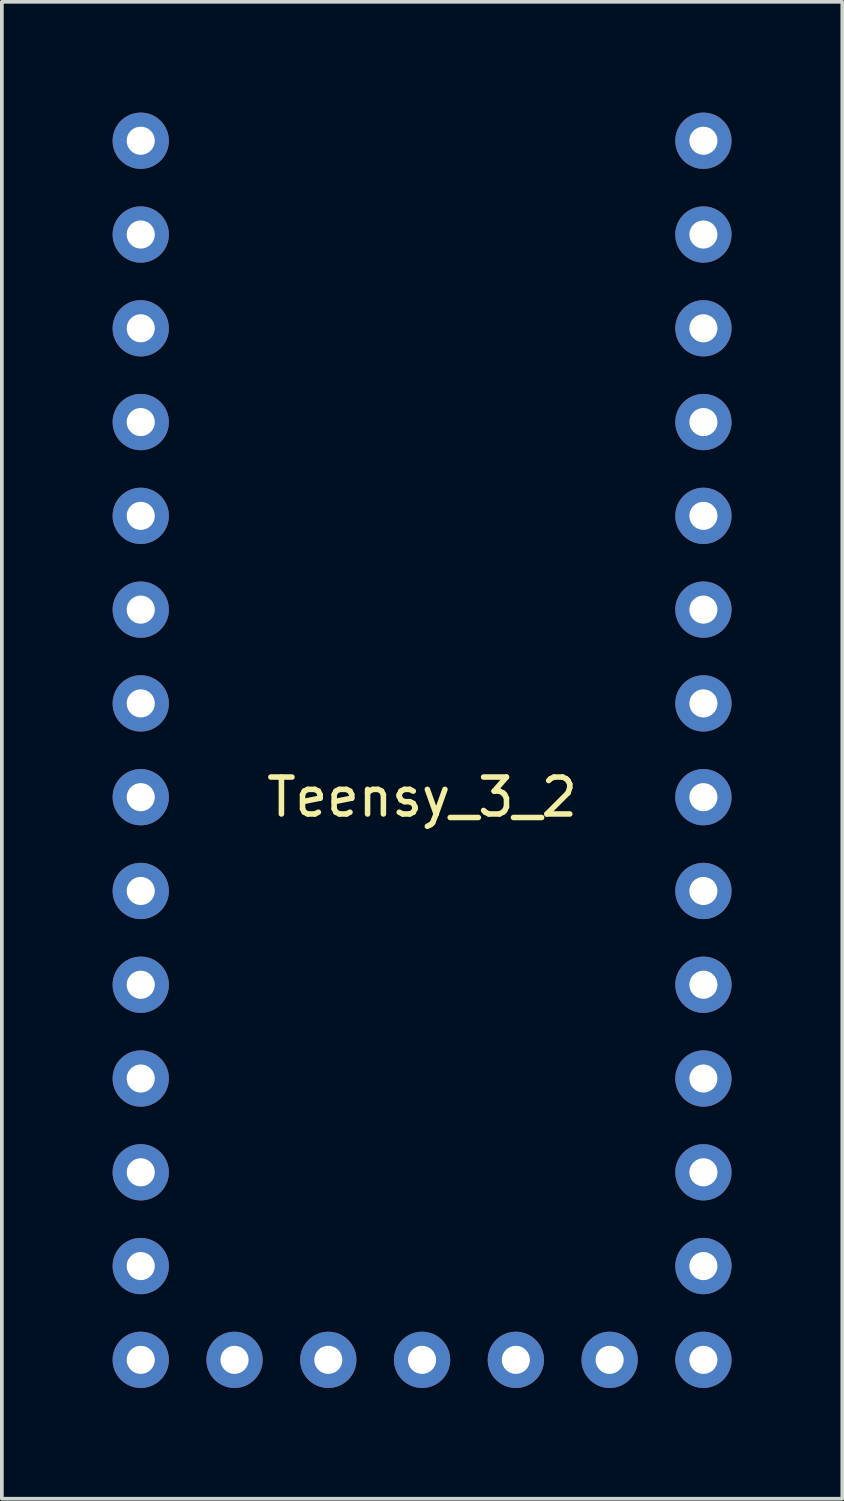
<source format=kicad_pcb>
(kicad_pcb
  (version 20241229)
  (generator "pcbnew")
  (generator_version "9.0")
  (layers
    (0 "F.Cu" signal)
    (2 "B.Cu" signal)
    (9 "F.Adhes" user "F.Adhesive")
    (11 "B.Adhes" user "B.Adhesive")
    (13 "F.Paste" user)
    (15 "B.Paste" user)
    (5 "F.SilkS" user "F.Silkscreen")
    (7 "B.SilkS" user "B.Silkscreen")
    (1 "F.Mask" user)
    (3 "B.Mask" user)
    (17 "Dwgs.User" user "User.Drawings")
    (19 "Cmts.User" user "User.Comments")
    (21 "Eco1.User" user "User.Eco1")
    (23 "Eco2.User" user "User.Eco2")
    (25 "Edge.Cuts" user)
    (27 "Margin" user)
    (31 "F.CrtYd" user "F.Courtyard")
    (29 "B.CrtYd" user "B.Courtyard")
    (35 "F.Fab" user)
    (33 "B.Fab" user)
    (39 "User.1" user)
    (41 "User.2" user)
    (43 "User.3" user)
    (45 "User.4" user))
  (footprint "Teensy_3_2"
    (layer "F.Cu")
    (at 8.382 16.002)
    (property "Reference" "Teensy_3_2" (at 0 2.54 0) (layer "F.SilkS") (effects (font (size 1 1) (thickness 0.15))))
    (attr through_hole)
    (pad "1" thru_hole circle (at -7.62 -15.24) (size 1.524 1.524) (drill 0.762) (layers "*.Cu" "*.Mask"))
    (pad "2" thru_hole circle (at -7.62 -12.7) (size 1.524 1.524) (drill 0.762) (layers "*.Cu" "*.Mask"))
    (pad "3" thru_hole circle (at -7.62 -10.16) (size 1.524 1.524) (drill 0.762) (layers "*.Cu" "*.Mask"))
    (pad "4" thru_hole circle (at -7.62 -7.62) (size 1.524 1.524) (drill 0.762) (layers "*.Cu" "*.Mask"))
    (pad "5" thru_hole circle (at -7.62 -5.08) (size 1.524 1.524) (drill 0.762) (layers "*.Cu" "*.Mask"))
    (pad "6" thru_hole circle (at -7.62 -2.54) (size 1.524 1.524) (drill 0.762) (layers "*.Cu" "*.Mask"))
    (pad "7" thru_hole circle (at -7.62 0) (size 1.524 1.524) (drill 0.762) (layers "*.Cu" "*.Mask"))
    (pad "8" thru_hole circle (at -7.62 2.54) (size 1.524 1.524) (drill 0.762) (layers "*.Cu" "*.Mask"))
    (pad "9" thru_hole circle (at -7.62 5.08) (size 1.524 1.524) (drill 0.762) (layers "*.Cu" "*.Mask"))
    (pad "10" thru_hole circle (at -7.62 7.62) (size 1.524 1.524) (drill 0.762) (layers "*.Cu" "*.Mask"))
    (pad "11" thru_hole circle (at -7.62 10.16) (size 1.524 1.524) (drill 0.762) (layers "*.Cu" "*.Mask"))
    (pad "12" thru_hole circle (at -7.62 12.7) (size 1.524 1.524) (drill 0.762) (layers "*.Cu" "*.Mask"))
    (pad "13" thru_hole circle (at -7.62 15.24) (size 1.524 1.524) (drill 0.762) (layers "*.Cu" "*.Mask"))
    (pad "14" thru_hole circle (at -7.62 17.78) (size 1.524 1.524) (drill 0.762) (layers "*.Cu" "*.Mask"))
    (pad "15" thru_hole circle (at -5.08 17.78) (size 1.524 1.524) (drill 0.762) (layers "*.Cu" "*.Mask"))
    (pad "16" thru_hole circle (at -2.54 17.78) (size 1.524 1.524) (drill 0.762) (layers "*.Cu" "*.Mask"))
    (pad "17" thru_hole circle (at 0 17.78) (size 1.524 1.524) (drill 0.762) (layers "*.Cu" "*.Mask"))
    (pad "18" thru_hole circle (at 2.54 17.78) (size 1.524 1.524) (drill 0.762) (layers "*.Cu" "*.Mask"))
    (pad "19" thru_hole circle (at 5.08 17.78) (size 1.524 1.524) (drill 0.762) (layers "*.Cu" "*.Mask"))
    (pad "20" thru_hole circle (at 7.62 17.78) (size 1.524 1.524) (drill 0.762) (layers "*.Cu" "*.Mask"))
    (pad "21" thru_hole circle (at 7.62 15.24) (size 1.524 1.524) (drill 0.762) (layers "*.Cu" "*.Mask"))
    (pad "22" thru_hole circle (at 7.62 12.7) (size 1.524 1.524) (drill 0.762) (layers "*.Cu" "*.Mask"))
    (pad "23" thru_hole circle (at 7.62 10.16) (size 1.524 1.524) (drill 0.762) (layers "*.Cu" "*.Mask"))
    (pad "24" thru_hole circle (at 7.62 7.62) (size 1.524 1.524) (drill 0.762) (layers "*.Cu" "*.Mask"))
    (pad "25" thru_hole circle (at 7.62 5.08) (size 1.524 1.524) (drill 0.762) (layers "*.Cu" "*.Mask"))
    (pad "26" thru_hole circle (at 7.62 2.54) (size 1.524 1.524) (drill 0.762) (layers "*.Cu" "*.Mask"))
    (pad "27" thru_hole circle (at 7.62 0) (size 1.524 1.524) (drill 0.762) (layers "*.Cu" "*.Mask"))
    (pad "28" thru_hole circle (at 7.62 -2.54) (size 1.524 1.524) (drill 0.762) (layers "*.Cu" "*.Mask"))
    (pad "29" thru_hole circle (at 7.62 -5.08) (size 1.524 1.524) (drill 0.762) (layers "*.Cu" "*.Mask"))
    (pad "30" thru_hole circle (at 7.62 -7.62) (size 1.524 1.524) (drill 0.762) (layers "*.Cu" "*.Mask"))
    (pad "31" thru_hole circle (at 7.62 -10.16) (size 1.524 1.524) (drill 0.762) (layers "*.Cu" "*.Mask"))
    (pad "32" thru_hole circle (at 7.62 -12.7) (size 1.524 1.524) (drill 0.762) (layers "*.Cu" "*.Mask"))
    (pad "33" thru_hole circle (at 7.62 -15.24) (size 1.524 1.524) (drill 0.762) (layers "*.Cu" "*.Mask")))
  (gr_rect
    (start -3 -3)
    (end 19.764 37.544)
    (stroke (width 0.1) (type default))
    (fill no)
    (layer "Edge.Cuts")))
</source>
